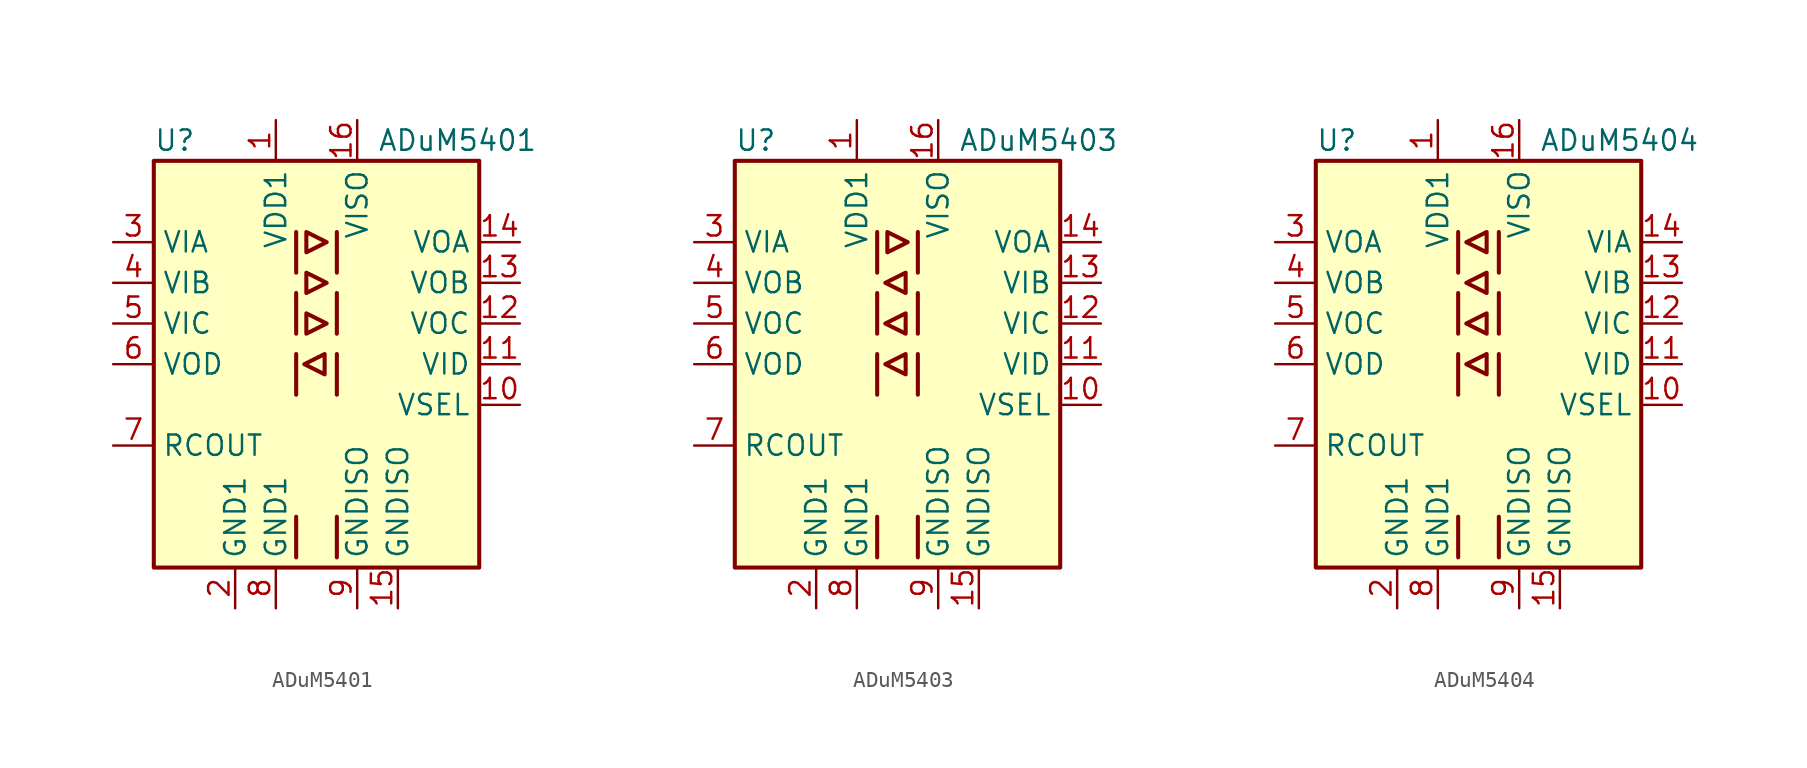
<source format=kicad_sym>
(kicad_symbol_lib
  (version 20201005)
  (generator kicad_symbol_editor)
  (symbol "ADuM5401"
    (property "Reference" "U"
      (at -10.16 13.97 0)
      (effects (font (size 1.27 1.27)) (justify left)))
    (property "Value" "ADuM5401"
      (at 3.81 13.97 0)
      (effects (font (size 1.27 1.27)) (justify left)))
    (symbol "ADuM5401_0_1"
      (rectangle (start -10.16 12.7) (end 10.16 -12.7) (stroke (width 0.254)) (fill (type background)))
      (polyline (pts (xy -1.27 -9.525) (xy -1.27 -12.065)) (stroke (width 0.254)) (fill (type none)))
      (polyline (pts (xy -1.27 0.635) (xy -1.27 -1.905)) (stroke (width 0.254)) (fill (type none)))
      (polyline (pts (xy -1.27 4.445) (xy -1.27 1.905)) (stroke (width 0.254)) (fill (type none)))
      (polyline (pts (xy -1.27 8.255) (xy -1.27 5.715)) (stroke (width 0.254)) (fill (type none)))
      (polyline (pts (xy 1.27 -9.525) (xy 1.27 -12.065)) (stroke (width 0.254)) (fill (type none)))
      (polyline (pts (xy 1.27 0.635) (xy 1.27 -1.905)) (stroke (width 0.254)) (fill (type none)))
      (polyline (pts (xy 1.27 4.445) (xy 1.27 1.905)) (stroke (width 0.254)) (fill (type none)))
      (polyline (pts (xy 1.27 8.255) (xy 1.27 5.715)) (stroke (width 0.254)) (fill (type none)))
      (polyline (pts (xy -0.635 1.905) (xy 0.635 2.54) (xy -0.635 3.175) (xy -0.635 1.905)) (stroke (width 0.254)) (fill (type none)))
      (polyline (pts (xy -0.635 5.715) (xy -0.635 4.445) (xy 0.635 5.08) (xy -0.635 5.715)) (stroke (width 0.254)) (fill (type none)))
      (polyline (pts (xy -0.635 6.985) (xy 0.635 7.62) (xy -0.635 8.255) (xy -0.635 6.985)) (stroke (width 0.254)) (fill (type none)))
      (polyline (pts (xy 0.508 0.635) (xy 0.508 -0.635) (xy -0.762 0) (xy 0.508 0.635)) (stroke (width 0.254)) (fill (type none))))
    (symbol "ADuM5401_1_1"
      (pin power_in line (at -2.54 15.24 270) (length 2.54) (name "VDD1" (effects (font (size 1.27 1.27)))) (number "1" (effects (font (size 1.27 1.27)))))
      (pin input line (at 12.7 -2.54 180) (length 2.54) (name "VSEL" (effects (font (size 1.27 1.27)))) (number "10" (effects (font (size 1.27 1.27)))))
      (pin input line (at 12.7 0 180) (length 2.54) (name "VID" (effects (font (size 1.27 1.27)))) (number "11" (effects (font (size 1.27 1.27)))))
      (pin output line (at 12.7 2.54 180) (length 2.54) (name "VOC" (effects (font (size 1.27 1.27)))) (number "12" (effects (font (size 1.27 1.27)))))
      (pin output line (at 12.7 5.08 180) (length 2.54) (name "VOB" (effects (font (size 1.27 1.27)))) (number "13" (effects (font (size 1.27 1.27)))))
      (pin output line (at 12.7 7.62 180) (length 2.54) (name "VOA" (effects (font (size 1.27 1.27)))) (number "14" (effects (font (size 1.27 1.27)))))
      (pin power_in line (at 5.08 -15.24 90) (length 2.54) (name "GNDISO" (effects (font (size 1.27 1.27)))) (number "15" (effects (font (size 1.27 1.27)))))
      (pin power_in line (at 2.54 15.24 270) (length 2.54) (name "VISO" (effects (font (size 1.27 1.27)))) (number "16" (effects (font (size 1.27 1.27)))))
      (pin power_in line (at -5.08 -15.24 90) (length 2.54) (name "GND1" (effects (font (size 1.27 1.27)))) (number "2" (effects (font (size 1.27 1.27)))))
      (pin input line (at -12.7 7.62 0) (length 2.54) (name "VIA" (effects (font (size 1.27 1.27)))) (number "3" (effects (font (size 1.27 1.27)))))
      (pin input line (at -12.7 5.08 0) (length 2.54) (name "VIB" (effects (font (size 1.27 1.27)))) (number "4" (effects (font (size 1.27 1.27)))))
      (pin input line (at -12.7 2.54 0) (length 2.54) (name "VIC" (effects (font (size 1.27 1.27)))) (number "5" (effects (font (size 1.27 1.27)))))
      (pin output line (at -12.7 0 0) (length 2.54) (name "VOD" (effects (font (size 1.27 1.27)))) (number "6" (effects (font (size 1.27 1.27)))))
      (pin output line (at -12.7 -5.08 0) (length 2.54) (name "RCOUT" (effects (font (size 1.27 1.27)))) (number "7" (effects (font (size 1.27 1.27)))))
      (pin power_in line (at -2.54 -15.24 90) (length 2.54) (name "GND1" (effects (font (size 1.27 1.27)))) (number "8" (effects (font (size 1.27 1.27)))))
      (pin power_in line (at 2.54 -15.24 90) (length 2.54) (name "GNDISO" (effects (font (size 1.27 1.27)))) (number "9" (effects (font (size 1.27 1.27)))))))
  (symbol "ADuM5403"
    (property "Reference" "U"
      (at -10.16 13.97 0)
      (effects (font (size 1.27 1.27)) (justify left)))
    (property "Value" "ADuM5403"
      (at 3.81 13.97 0)
      (effects (font (size 1.27 1.27)) (justify left)))
    (symbol "ADuM5403_0_1"
      (rectangle (start -10.16 12.7) (end 10.16 -12.7) (stroke (width 0.254)) (fill (type background)))
      (polyline (pts (xy -1.27 -9.525) (xy -1.27 -12.065)) (stroke (width 0.254)) (fill (type none)))
      (polyline (pts (xy -1.27 0.635) (xy -1.27 -1.905)) (stroke (width 0.254)) (fill (type none)))
      (polyline (pts (xy -1.27 4.445) (xy -1.27 1.905)) (stroke (width 0.254)) (fill (type none)))
      (polyline (pts (xy -1.27 8.255) (xy -1.27 5.715)) (stroke (width 0.254)) (fill (type none)))
      (polyline (pts (xy 1.27 -9.525) (xy 1.27 -12.065)) (stroke (width 0.254)) (fill (type none)))
      (polyline (pts (xy 1.27 0.635) (xy 1.27 -1.905)) (stroke (width 0.254)) (fill (type none)))
      (polyline (pts (xy 1.27 4.445) (xy 1.27 1.905)) (stroke (width 0.254)) (fill (type none)))
      (polyline (pts (xy 1.27 8.255) (xy 1.27 5.715)) (stroke (width 0.254)) (fill (type none)))
      (polyline (pts (xy -0.635 6.985) (xy 0.635 7.62) (xy -0.635 8.255) (xy -0.635 6.985)) (stroke (width 0.254)) (fill (type none)))
      (polyline (pts (xy 0.508 0.635) (xy 0.508 -0.635) (xy -0.762 0) (xy 0.508 0.635)) (stroke (width 0.254)) (fill (type none)))
      (polyline (pts (xy 0.508 1.905) (xy -0.762 2.54) (xy 0.508 3.175) (xy 0.508 1.905)) (stroke (width 0.254)) (fill (type none)))
      (polyline (pts (xy 0.508 5.715) (xy 0.508 4.445) (xy -0.762 5.08) (xy 0.508 5.715)) (stroke (width 0.254)) (fill (type none))))
    (symbol "ADuM5403_1_1"
      (pin power_in line (at -2.54 15.24 270) (length 2.54) (name "VDD1" (effects (font (size 1.27 1.27)))) (number "1" (effects (font (size 1.27 1.27)))))
      (pin input line (at 12.7 -2.54 180) (length 2.54) (name "VSEL" (effects (font (size 1.27 1.27)))) (number "10" (effects (font (size 1.27 1.27)))))
      (pin input line (at 12.7 0 180) (length 2.54) (name "VID" (effects (font (size 1.27 1.27)))) (number "11" (effects (font (size 1.27 1.27)))))
      (pin input line (at 12.7 2.54 180) (length 2.54) (name "VIC" (effects (font (size 1.27 1.27)))) (number "12" (effects (font (size 1.27 1.27)))))
      (pin input line (at 12.7 5.08 180) (length 2.54) (name "VIB" (effects (font (size 1.27 1.27)))) (number "13" (effects (font (size 1.27 1.27)))))
      (pin output line (at 12.7 7.62 180) (length 2.54) (name "VOA" (effects (font (size 1.27 1.27)))) (number "14" (effects (font (size 1.27 1.27)))))
      (pin power_in line (at 5.08 -15.24 90) (length 2.54) (name "GNDISO" (effects (font (size 1.27 1.27)))) (number "15" (effects (font (size 1.27 1.27)))))
      (pin power_in line (at 2.54 15.24 270) (length 2.54) (name "VISO" (effects (font (size 1.27 1.27)))) (number "16" (effects (font (size 1.27 1.27)))))
      (pin power_in line (at -5.08 -15.24 90) (length 2.54) (name "GND1" (effects (font (size 1.27 1.27)))) (number "2" (effects (font (size 1.27 1.27)))))
      (pin input line (at -12.7 7.62 0) (length 2.54) (name "VIA" (effects (font (size 1.27 1.27)))) (number "3" (effects (font (size 1.27 1.27)))))
      (pin output line (at -12.7 5.08 0) (length 2.54) (name "VOB" (effects (font (size 1.27 1.27)))) (number "4" (effects (font (size 1.27 1.27)))))
      (pin output line (at -12.7 2.54 0) (length 2.54) (name "VOC" (effects (font (size 1.27 1.27)))) (number "5" (effects (font (size 1.27 1.27)))))
      (pin output line (at -12.7 0 0) (length 2.54) (name "VOD" (effects (font (size 1.27 1.27)))) (number "6" (effects (font (size 1.27 1.27)))))
      (pin output line (at -12.7 -5.08 0) (length 2.54) (name "RCOUT" (effects (font (size 1.27 1.27)))) (number "7" (effects (font (size 1.27 1.27)))))
      (pin power_in line (at -2.54 -15.24 90) (length 2.54) (name "GND1" (effects (font (size 1.27 1.27)))) (number "8" (effects (font (size 1.27 1.27)))))
      (pin power_in line (at 2.54 -15.24 90) (length 2.54) (name "GNDISO" (effects (font (size 1.27 1.27)))) (number "9" (effects (font (size 1.27 1.27)))))))
  (symbol "ADuM5404"
    (property "Reference" "U"
      (at -10.16 13.97 0)
      (effects (font (size 1.27 1.27)) (justify left)))
    (property "Value" "ADuM5404"
      (at 3.81 13.97 0)
      (effects (font (size 1.27 1.27)) (justify left)))
    (symbol "ADuM5404_0_1"
      (rectangle (start -10.16 12.7) (end 10.16 -12.7) (stroke (width 0.254)) (fill (type background)))
      (polyline (pts (xy -1.27 -9.525) (xy -1.27 -12.065)) (stroke (width 0.254)) (fill (type none)))
      (polyline (pts (xy -1.27 0.635) (xy -1.27 -1.905)) (stroke (width 0.254)) (fill (type none)))
      (polyline (pts (xy -1.27 4.445) (xy -1.27 1.905)) (stroke (width 0.254)) (fill (type none)))
      (polyline (pts (xy -1.27 8.255) (xy -1.27 5.715)) (stroke (width 0.254)) (fill (type none)))
      (polyline (pts (xy 1.27 -9.525) (xy 1.27 -12.065)) (stroke (width 0.254)) (fill (type none)))
      (polyline (pts (xy 1.27 0.635) (xy 1.27 -1.905)) (stroke (width 0.254)) (fill (type none)))
      (polyline (pts (xy 1.27 4.445) (xy 1.27 1.905)) (stroke (width 0.254)) (fill (type none)))
      (polyline (pts (xy 1.27 8.255) (xy 1.27 5.715)) (stroke (width 0.254)) (fill (type none)))
      (polyline (pts (xy 0.508 0.635) (xy 0.508 -0.635) (xy -0.762 0) (xy 0.508 0.635)) (stroke (width 0.254)) (fill (type none)))
      (polyline (pts (xy 0.508 1.905) (xy -0.762 2.54) (xy 0.508 3.175) (xy 0.508 1.905)) (stroke (width 0.254)) (fill (type none)))
      (polyline (pts (xy 0.508 5.715) (xy 0.508 4.445) (xy -0.762 5.08) (xy 0.508 5.715)) (stroke (width 0.254)) (fill (type none)))
      (polyline (pts (xy 0.508 6.985) (xy -0.762 7.62) (xy 0.508 8.255) (xy 0.508 6.985)) (stroke (width 0.254)) (fill (type none))))
    (symbol "ADuM5404_1_1"
      (pin power_in line (at -2.54 15.24 270) (length 2.54) (name "VDD1" (effects (font (size 1.27 1.27)))) (number "1" (effects (font (size 1.27 1.27)))))
      (pin input line (at 12.7 -2.54 180) (length 2.54) (name "VSEL" (effects (font (size 1.27 1.27)))) (number "10" (effects (font (size 1.27 1.27)))))
      (pin input line (at 12.7 0 180) (length 2.54) (name "VID" (effects (font (size 1.27 1.27)))) (number "11" (effects (font (size 1.27 1.27)))))
      (pin input line (at 12.7 2.54 180) (length 2.54) (name "VIC" (effects (font (size 1.27 1.27)))) (number "12" (effects (font (size 1.27 1.27)))))
      (pin input line (at 12.7 5.08 180) (length 2.54) (name "VIB" (effects (font (size 1.27 1.27)))) (number "13" (effects (font (size 1.27 1.27)))))
      (pin input line (at 12.7 7.62 180) (length 2.54) (name "VIA" (effects (font (size 1.27 1.27)))) (number "14" (effects (font (size 1.27 1.27)))))
      (pin power_in line (at 5.08 -15.24 90) (length 2.54) (name "GNDISO" (effects (font (size 1.27 1.27)))) (number "15" (effects (font (size 1.27 1.27)))))
      (pin power_in line (at 2.54 15.24 270) (length 2.54) (name "VISO" (effects (font (size 1.27 1.27)))) (number "16" (effects (font (size 1.27 1.27)))))
      (pin power_in line (at -5.08 -15.24 90) (length 2.54) (name "GND1" (effects (font (size 1.27 1.27)))) (number "2" (effects (font (size 1.27 1.27)))))
      (pin output line (at -12.7 7.62 0) (length 2.54) (name "VOA" (effects (font (size 1.27 1.27)))) (number "3" (effects (font (size 1.27 1.27)))))
      (pin output line (at -12.7 5.08 0) (length 2.54) (name "VOB" (effects (font (size 1.27 1.27)))) (number "4" (effects (font (size 1.27 1.27)))))
      (pin output line (at -12.7 2.54 0) (length 2.54) (name "VOC" (effects (font (size 1.27 1.27)))) (number "5" (effects (font (size 1.27 1.27)))))
      (pin output line (at -12.7 0 0) (length 2.54) (name "VOD" (effects (font (size 1.27 1.27)))) (number "6" (effects (font (size 1.27 1.27)))))
      (pin output line (at -12.7 -5.08 0) (length 2.54) (name "RCOUT" (effects (font (size 1.27 1.27)))) (number "7" (effects (font (size 1.27 1.27)))))
      (pin power_in line (at -2.54 -15.24 90) (length 2.54) (name "GND1" (effects (font (size 1.27 1.27)))) (number "8" (effects (font (size 1.27 1.27)))))
      (pin power_in line (at 2.54 -15.24 90) (length 2.54) (name "GNDISO" (effects (font (size 1.27 1.27)))) (number "9" (effects (font (size 1.27 1.27))))))))
</source>
